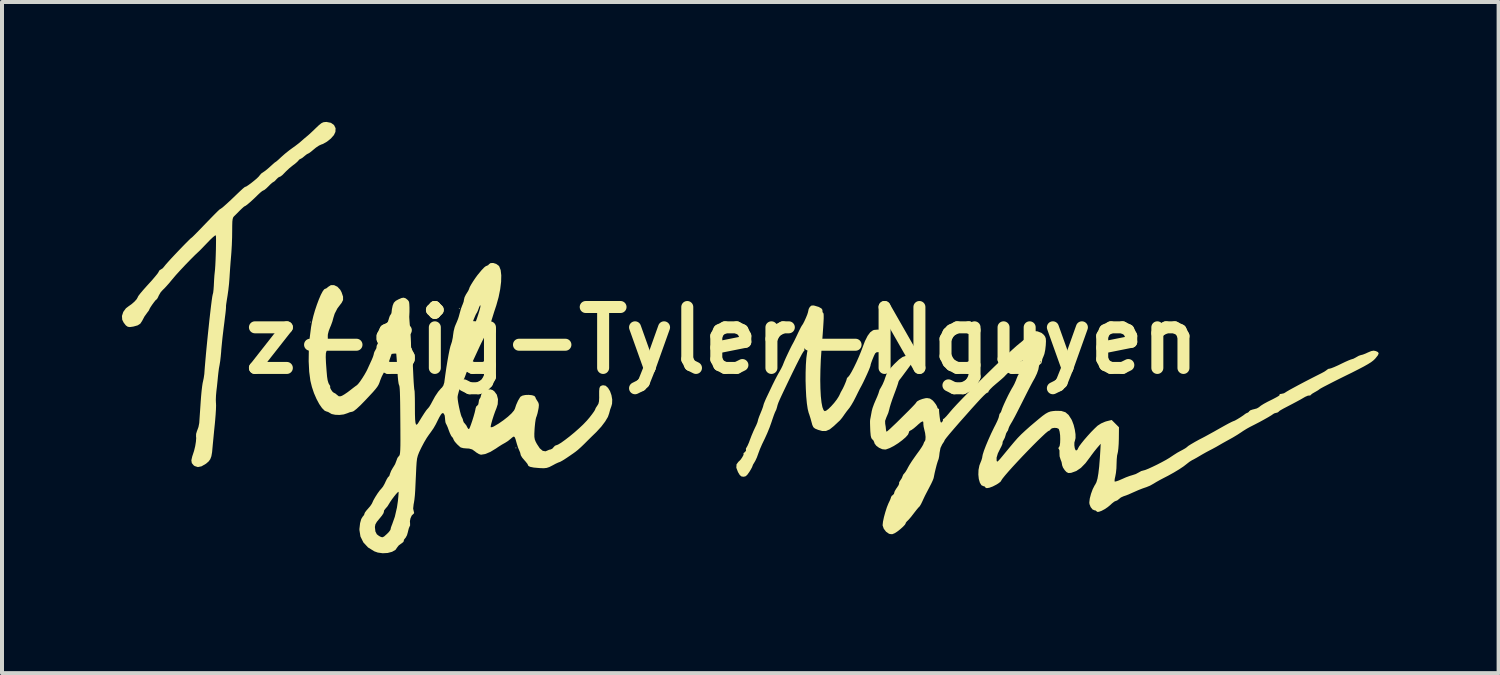
<source format=kicad_pcb>
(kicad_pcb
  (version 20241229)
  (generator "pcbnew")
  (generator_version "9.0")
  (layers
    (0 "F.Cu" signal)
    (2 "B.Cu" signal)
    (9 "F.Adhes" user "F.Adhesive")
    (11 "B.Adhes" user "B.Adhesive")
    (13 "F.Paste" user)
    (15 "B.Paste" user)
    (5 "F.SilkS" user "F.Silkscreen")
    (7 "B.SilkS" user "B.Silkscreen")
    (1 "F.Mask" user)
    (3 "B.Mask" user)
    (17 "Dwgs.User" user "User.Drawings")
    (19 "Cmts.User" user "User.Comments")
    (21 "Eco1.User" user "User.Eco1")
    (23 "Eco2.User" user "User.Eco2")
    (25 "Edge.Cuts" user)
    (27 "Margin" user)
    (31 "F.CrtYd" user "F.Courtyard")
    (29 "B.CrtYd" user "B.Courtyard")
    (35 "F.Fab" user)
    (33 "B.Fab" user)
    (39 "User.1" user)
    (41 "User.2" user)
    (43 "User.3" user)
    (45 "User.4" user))
  (footprint "z-sig-Tyler-Nguyen"
    (layer "F.Cu")
    (at 15.01 5.463)
    (property "Reference" "z-sig-Tyler-Nguyen" (at 0 0 0) (layer "F.SilkS") (effects (font (size 1.524 1.524) (thickness 0.3))))
    (attr board_only exclude_from_pos_files exclude_from_bom)
    (fp_poly (pts (xy -10.286 -0.459) (xy -10.299 -0.446) (xy -10.312 -0.459) (xy -10.299 -0.472)) (stroke (width 0) (type solid)) (fill yes) (layer "F.SilkS"))
    (fp_poly (pts (xy -6.56 -0.8) (xy -6.573 -0.787) (xy -6.586 -0.8) (xy -6.573 -0.813)) (stroke (width 0) (type solid)) (fill yes) (layer "F.SilkS"))
    (fp_poly (pts (xy -5.143 2.69) (xy -5.156 2.703) (xy -5.169 2.69) (xy -5.156 2.676)) (stroke (width 0) (type solid)) (fill yes) (layer "F.SilkS"))
    (fp_poly (pts (xy 2.316 -0.867) (xy 2.418 -0.836) (xy 2.485 -0.798) (xy 2.511 -0.759) (xy 2.509 -0.747) (xy 2.513 -0.704) (xy 2.524 -0.692) (xy 2.533 -0.681) (xy 2.539 -0.656) (xy 2.541 -0.613) (xy 2.541 -0.546) (xy 2.536 -0.451) (xy 2.528 -0.321) (xy 2.516 -0.153) (xy 2.5 0.059) (xy 2.488 0.21) (xy 2.469 0.483) (xy 2.459 0.744) (xy 2.455 0.986) (xy 2.459 1.204) (xy 2.469 1.394) (xy 2.486 1.551) (xy 2.509 1.67) (xy 2.538 1.745) (xy 2.564 1.77) (xy 2.602 1.759) (xy 2.66 1.715) (xy 2.73 1.646) (xy 2.803 1.564) (xy 2.87 1.477) (xy 2.921 1.396) (xy 2.938 1.362) (xy 2.968 1.297) (xy 2.989 1.26) (xy 3.021 1.202) (xy 3.056 1.128) (xy 3.088 1.052) (xy 3.111 0.991) (xy 3.118 0.96) (xy 3.118 0.96) (xy 3.129 0.936) (xy 3.154 0.913) (xy 3.189 0.87) (xy 3.238 0.788) (xy 3.296 0.678) (xy 3.358 0.55) (xy 3.419 0.414) (xy 3.474 0.28) (xy 3.505 0.197) (xy 3.573 0.018) (xy 3.639 -0.113) (xy 3.704 -0.201) (xy 3.772 -0.251) (xy 3.8 -0.261) (xy 3.907 -0.271) (xy 3.993 -0.233) (xy 4.058 -0.153) (xy 4.098 -0.051) (xy 4.106 0.055) (xy 4.087 0.154) (xy 4.044 0.234) (xy 3.981 0.284) (xy 3.918 0.294) (xy 3.864 0.297) (xy 3.829 0.325) (xy 3.798 0.387) (xy 3.755 0.491) (xy 3.73 0.559) (xy 3.716 0.604) (xy 3.712 0.63) (xy 3.699 0.671) (xy 3.669 0.746) (xy 3.627 0.842) (xy 3.579 0.946) (xy 3.532 1.045) (xy 3.491 1.126) (xy 3.475 1.155) (xy 3.446 1.209) (xy 3.402 1.295) (xy 3.353 1.395) (xy 3.342 1.417) (xy 3.288 1.522) (xy 3.232 1.618) (xy 3.185 1.689) (xy 3.178 1.697) (xy 3.116 1.775) (xy 3.053 1.862) (xy 3.044 1.876) (xy 2.996 1.942) (xy 2.954 1.993) (xy 2.945 2.003) (xy 2.908 2.037) (xy 2.848 2.093) (xy 2.795 2.143) (xy 2.692 2.226) (xy 2.599 2.266) (xy 2.501 2.266) (xy 2.401 2.238) (xy 2.324 2.206) (xy 2.282 2.171) (xy 2.256 2.115) (xy 2.241 2.06) (xy 2.212 1.954) (xy 2.178 1.846) (xy 2.166 1.815) (xy 2.141 1.715) (xy 2.12 1.574) (xy 2.104 1.402) (xy 2.094 1.209) (xy 2.088 1.006) (xy 2.089 0.803) (xy 2.095 0.612) (xy 2.107 0.442) (xy 2.126 0.304) (xy 2.136 0.255) (xy 2.156 0.163) (xy 2.166 0.089) (xy 2.163 0.05) (xy 2.163 0.05) (xy 2.142 0.049) (xy 2.111 0.082) (xy 2.08 0.133) (xy 2.059 0.186) (xy 2.057 0.226) (xy 2.057 0.226) (xy 2.059 0.258) (xy 2.051 0.262) (xy 2.032 0.284) (xy 1.993 0.349) (xy 1.935 0.459) (xy 1.856 0.615) (xy 1.757 0.816) (xy 1.637 1.065) (xy 1.607 1.128) (xy 1.532 1.285) (xy 1.477 1.402) (xy 1.438 1.488) (xy 1.411 1.55) (xy 1.394 1.597) (xy 1.382 1.636) (xy 1.375 1.666) (xy 1.355 1.732) (xy 1.335 1.773) (xy 1.318 1.81) (xy 1.29 1.884) (xy 1.256 1.982) (xy 1.238 2.037) (xy 1.189 2.175) (xy 1.127 2.327) (xy 1.066 2.461) (xy 1.056 2.481) (xy 1 2.597) (xy 0.948 2.716) (xy 0.91 2.817) (xy 0.904 2.834) (xy 0.87 2.928) (xy 0.831 3.012) (xy 0.81 3.048) (xy 0.776 3.103) (xy 0.761 3.14) (xy 0.761 3.141) (xy 0.748 3.175) (xy 0.714 3.237) (xy 0.683 3.288) (xy 0.629 3.363) (xy 0.584 3.401) (xy 0.534 3.411) (xy 0.532 3.411) (xy 0.481 3.402) (xy 0.441 3.366) (xy 0.398 3.295) (xy 0.356 3.186) (xy 0.361 3.099) (xy 0.413 3.031) (xy 0.424 3.023) (xy 0.461 2.986) (xy 0.498 2.933) (xy 0.528 2.881) (xy 0.54 2.843) (xy 0.534 2.834) (xy 0.537 2.821) (xy 0.566 2.797) (xy 0.597 2.762) (xy 0.597 2.74) (xy 0.595 2.707) (xy 0.611 2.679) (xy 0.638 2.631) (xy 0.672 2.554) (xy 0.694 2.493) (xy 0.735 2.385) (xy 0.786 2.265) (xy 0.817 2.198) (xy 0.857 2.115) (xy 0.884 2.048) (xy 0.893 2.015) (xy 0.903 1.974) (xy 0.928 1.902) (xy 0.96 1.824) (xy 0.996 1.736) (xy 1.022 1.664) (xy 1.032 1.627) (xy 1.045 1.582) (xy 1.075 1.509) (xy 1.098 1.456) (xy 1.189 1.265) (xy 1.261 1.113) (xy 1.32 0.994) (xy 1.37 0.898) (xy 1.414 0.817) (xy 1.432 0.787) (xy 1.48 0.7) (xy 1.518 0.621) (xy 1.535 0.577) (xy 1.556 0.525) (xy 1.593 0.44) (xy 1.641 0.337) (xy 1.692 0.23) (xy 1.74 0.134) (xy 1.777 0.066) (xy 1.803 0.017) (xy 1.842 -0.063) (xy 1.888 -0.159) (xy 1.893 -0.171) (xy 1.936 -0.26) (xy 1.971 -0.329) (xy 1.992 -0.365) (xy 1.993 -0.367) (xy 2.021 -0.408) (xy 2.058 -0.479) (xy 2.097 -0.565) (xy 2.13 -0.646) (xy 2.149 -0.707) (xy 2.152 -0.723) (xy 2.166 -0.785) (xy 2.191 -0.831) (xy 2.228 -0.868) (xy 2.279 -0.874)) (stroke (width 0) (type solid)) (fill yes) (layer "F.SilkS"))
    (fp_poly (pts (xy -9.783 -5.441) (xy -9.706 -5.386) (xy -9.667 -5.307) (xy -9.671 -5.214) (xy -9.709 -5.134) (xy -9.785 -5.048) (xy -9.882 -4.97) (xy -9.982 -4.913) (xy -10.026 -4.898) (xy -10.082 -4.872) (xy -10.157 -4.822) (xy -10.213 -4.776) (xy -10.28 -4.72) (xy -10.333 -4.682) (xy -10.356 -4.671) (xy -10.388 -4.654) (xy -10.439 -4.614) (xy -10.449 -4.605) (xy -10.502 -4.562) (xy -10.542 -4.54) (xy -10.546 -4.539) (xy -10.58 -4.519) (xy -10.593 -4.501) (xy -10.626 -4.465) (xy -10.686 -4.413) (xy -10.735 -4.377) (xy -10.823 -4.306) (xy -10.908 -4.226) (xy -10.941 -4.192) (xy -10.997 -4.135) (xy -11.044 -4.099) (xy -11.061 -4.093) (xy -11.1 -4.074) (xy -11.147 -4.029) (xy -11.147 -4.028) (xy -11.19 -3.982) (xy -11.221 -3.962) (xy -11.221 -3.962) (xy -11.25 -3.944) (xy -11.301 -3.899) (xy -11.342 -3.857) (xy -11.402 -3.799) (xy -11.45 -3.761) (xy -11.469 -3.752) (xy -11.502 -3.735) (xy -11.557 -3.69) (xy -11.609 -3.641) (xy -11.711 -3.542) (xy -11.802 -3.459) (xy -11.875 -3.397) (xy -11.922 -3.363) (xy -11.934 -3.359) (xy -11.962 -3.341) (xy -12.012 -3.296) (xy -12.058 -3.252) (xy -12.125 -3.184) (xy -12.183 -3.126) (xy -12.208 -3.102) (xy -12.228 -3.076) (xy -12.241 -3.035) (xy -12.249 -2.971) (xy -12.252 -2.872) (xy -12.253 -2.743) (xy -12.255 -2.575) (xy -12.262 -2.385) (xy -12.273 -2.201) (xy -12.28 -2.112) (xy -12.293 -1.959) (xy -12.305 -1.797) (xy -12.315 -1.649) (xy -12.32 -1.566) (xy -12.331 -1.422) (xy -12.349 -1.26) (xy -12.37 -1.113) (xy -12.372 -1.102) (xy -12.389 -0.996) (xy -12.402 -0.91) (xy -12.408 -0.858) (xy -12.407 -0.848) (xy -12.408 -0.812) (xy -12.414 -0.741) (xy -12.422 -0.669) (xy -12.434 -0.575) (xy -12.449 -0.448) (xy -12.467 -0.308) (xy -12.477 -0.223) (xy -12.495 -0.075) (xy -12.511 0.084) (xy -12.525 0.227) (xy -12.529 0.289) (xy -12.54 0.407) (xy -12.553 0.52) (xy -12.567 0.606) (xy -12.569 0.618) (xy -12.585 0.704) (xy -12.599 0.813) (xy -12.608 0.894) (xy -12.619 1.009) (xy -12.633 1.145) (xy -12.648 1.27) (xy -12.658 1.383) (xy -12.662 1.488) (xy -12.659 1.566) (xy -12.658 1.571) (xy -12.656 1.63) (xy -12.659 1.728) (xy -12.667 1.857) (xy -12.679 2.004) (xy -12.688 2.099) (xy -12.704 2.254) (xy -12.718 2.4) (xy -12.73 2.525) (xy -12.739 2.617) (xy -12.742 2.65) (xy -12.755 2.794) (xy -12.773 2.897) (xy -12.801 2.972) (xy -12.842 3.028) (xy -12.901 3.079) (xy -12.91 3.086) (xy -13.02 3.15) (xy -13.111 3.169) (xy -13.192 3.143) (xy -13.218 3.124) (xy -13.263 3.069) (xy -13.274 2.999) (xy -13.252 2.902) (xy -13.24 2.867) (xy -13.206 2.762) (xy -13.178 2.646) (xy -13.16 2.534) (xy -13.153 2.443) (xy -13.157 2.402) (xy -13.155 2.338) (xy -13.132 2.262) (xy -13.128 2.254) (xy -13.096 2.166) (xy -13.077 2.069) (xy -13.076 2.06) (xy -13.072 1.997) (xy -13.065 1.893) (xy -13.056 1.762) (xy -13.046 1.616) (xy -13.042 1.554) (xy -13.031 1.405) (xy -13.018 1.265) (xy -13.004 1.147) (xy -12.991 1.063) (xy -12.986 1.043) (xy -12.965 0.943) (xy -12.95 0.842) (xy -12.949 0.827) (xy -12.938 0.677) (xy -12.923 0.502) (xy -12.906 0.309) (xy -12.886 0.103) (xy -12.865 -0.107) (xy -12.843 -0.316) (xy -12.822 -0.516) (xy -12.801 -0.7) (xy -12.782 -0.863) (xy -12.765 -0.996) (xy -12.751 -1.094) (xy -12.74 -1.149) (xy -12.737 -1.158) (xy -12.728 -1.196) (xy -12.719 -1.273) (xy -12.712 -1.372) (xy -12.711 -1.4) (xy -12.705 -1.515) (xy -12.698 -1.621) (xy -12.69 -1.698) (xy -12.689 -1.706) (xy -12.682 -1.774) (xy -12.675 -1.875) (xy -12.669 -1.999) (xy -12.664 -2.135) (xy -12.66 -2.273) (xy -12.658 -2.401) (xy -12.657 -2.51) (xy -12.658 -2.588) (xy -12.662 -2.626) (xy -12.663 -2.627) (xy -12.685 -2.62) (xy -12.735 -2.58) (xy -12.804 -2.515) (xy -12.857 -2.46) (xy -12.939 -2.375) (xy -13.011 -2.3) (xy -13.063 -2.247) (xy -13.081 -2.23) (xy -13.179 -2.138) (xy -13.297 -2.02) (xy -13.424 -1.889) (xy -13.549 -1.756) (xy -13.66 -1.634) (xy -13.745 -1.534) (xy -13.755 -1.522) (xy -13.832 -1.429) (xy -13.906 -1.346) (xy -13.964 -1.285) (xy -13.982 -1.269) (xy -14.04 -1.205) (xy -14.087 -1.125) (xy -14.09 -1.118) (xy -14.118 -1.058) (xy -14.142 -1.025) (xy -14.146 -1.023) (xy -14.169 -1.004) (xy -14.209 -0.954) (xy -14.255 -0.891) (xy -14.297 -0.828) (xy -14.323 -0.781) (xy -14.327 -0.768) (xy -14.343 -0.738) (xy -14.37 -0.704) (xy -14.447 -0.597) (xy -14.507 -0.484) (xy -14.551 -0.418) (xy -14.618 -0.375) (xy -14.722 -0.346) (xy -14.732 -0.344) (xy -14.812 -0.333) (xy -14.863 -0.34) (xy -14.905 -0.368) (xy -14.915 -0.377) (xy -14.967 -0.444) (xy -15.003 -0.516) (xy -15.01 -0.611) (xy -14.977 -0.712) (xy -14.911 -0.802) (xy -14.85 -0.849) (xy -14.772 -0.904) (xy -14.699 -0.967) (xy -14.643 -1.029) (xy -14.616 -1.076) (xy -14.615 -1.082) (xy -14.598 -1.113) (xy -14.552 -1.173) (xy -14.481 -1.257) (xy -14.394 -1.355) (xy -14.353 -1.4) (xy -14.26 -1.502) (xy -14.182 -1.594) (xy -14.124 -1.665) (xy -14.094 -1.71) (xy -14.091 -1.719) (xy -14.069 -1.755) (xy -14.04 -1.771) (xy -13.991 -1.803) (xy -13.943 -1.86) (xy -13.942 -1.862) (xy -13.913 -1.898) (xy -13.857 -1.961) (xy -13.781 -2.045) (xy -13.691 -2.141) (xy -13.595 -2.242) (xy -13.5 -2.341) (xy -13.412 -2.431) (xy -13.339 -2.504) (xy -13.287 -2.554) (xy -13.264 -2.571) (xy -13.244 -2.589) (xy -13.195 -2.637) (xy -13.127 -2.706) (xy -13.076 -2.758) (xy -12.917 -2.923) (xy -12.791 -3.053) (xy -12.695 -3.151) (xy -12.627 -3.219) (xy -12.583 -3.261) (xy -12.562 -3.279) (xy -12.559 -3.28) (xy -12.53 -3.298) (xy -12.469 -3.346) (xy -12.385 -3.421) (xy -12.282 -3.516) (xy -12.168 -3.625) (xy -12.143 -3.649) (xy -12.059 -3.729) (xy -11.991 -3.792) (xy -11.945 -3.83) (xy -11.93 -3.839) (xy -11.904 -3.847) (xy -11.851 -3.881) (xy -11.781 -3.932) (xy -11.707 -3.991) (xy -11.639 -4.048) (xy -11.59 -4.096) (xy -11.573 -4.118) (xy -11.527 -4.172) (xy -11.481 -4.204) (xy -11.428 -4.24) (xy -11.356 -4.299) (xy -11.3 -4.349) (xy -11.236 -4.407) (xy -11.189 -4.448) (xy -11.169 -4.461) (xy -11.146 -4.477) (xy -11.095 -4.521) (xy -11.03 -4.582) (xy -10.934 -4.667) (xy -10.824 -4.755) (xy -10.758 -4.803) (xy -10.668 -4.868) (xy -10.582 -4.934) (xy -10.532 -4.977) (xy -10.463 -5.038) (xy -10.397 -5.093) (xy -10.388 -5.1) (xy -10.34 -5.141) (xy -10.268 -5.207) (xy -10.186 -5.285) (xy -10.164 -5.307) (xy -10.082 -5.384) (xy -10.023 -5.431) (xy -9.975 -5.455) (xy -9.923 -5.462) (xy -9.892 -5.463)) (stroke (width 0) (type solid)) (fill yes) (layer "F.SilkS"))
    (fp_poly (pts (xy -5.649 -1.912) (xy -5.588 -1.868) (xy -5.573 -1.849) (xy -5.538 -1.758) (xy -5.523 -1.627) (xy -5.527 -1.464) (xy -5.55 -1.279) (xy -5.59 -1.08) (xy -5.647 -0.876) (xy -5.658 -0.843) (xy -5.701 -0.713) (xy -5.74 -0.587) (xy -5.773 -0.481) (xy -5.787 -0.429) (xy -5.823 -0.326) (xy -5.873 -0.214) (xy -5.901 -0.162) (xy -5.937 -0.1) (xy -5.972 -0.034) (xy -6.012 0.045) (xy -6.061 0.146) (xy -6.121 0.276) (xy -6.198 0.442) (xy -6.233 0.518) (xy -6.279 0.614) (xy -6.318 0.687) (xy -6.345 0.729) (xy -6.352 0.735) (xy -6.371 0.757) (xy -6.397 0.816) (xy -6.415 0.866) (xy -6.444 0.942) (xy -6.47 0.996) (xy -6.481 1.01) (xy -6.502 1.042) (xy -6.53 1.11) (xy -6.56 1.197) (xy -6.588 1.289) (xy -6.609 1.37) (xy -6.616 1.417) (xy -6.612 1.477) (xy -6.599 1.566) (xy -6.579 1.67) (xy -6.556 1.772) (xy -6.533 1.859) (xy -6.513 1.916) (xy -6.505 1.927) (xy -6.484 1.974) (xy -6.481 1.996) (xy -6.462 2.049) (xy -6.439 2.075) (xy -6.397 2.127) (xy -6.373 2.175) (xy -6.348 2.214) (xy -6.327 2.215) (xy -6.308 2.177) (xy -6.28 2.102) (xy -6.247 2.006) (xy -6.215 1.903) (xy -6.188 1.807) (xy -6.171 1.734) (xy -6.166 1.703) (xy -6.149 1.653) (xy -6.127 1.636) (xy -6.098 1.601) (xy -6.088 1.547) (xy -6.079 1.487) (xy -6.061 1.456) (xy -6.039 1.419) (xy -6.035 1.394) (xy -6.011 1.317) (xy -5.942 1.26) (xy -5.869 1.234) (xy -5.796 1.225) (xy -5.741 1.242) (xy -5.696 1.275) (xy -5.634 1.359) (xy -5.605 1.471) (xy -5.612 1.597) (xy -5.642 1.692) (xy -5.678 1.783) (xy -5.714 1.886) (xy -5.747 1.989) (xy -5.772 2.079) (xy -5.787 2.145) (xy -5.787 2.172) (xy -5.756 2.172) (xy -5.714 2.155) (xy -5.59 2.082) (xy -5.469 1.998) (xy -5.357 1.91) (xy -5.266 1.826) (xy -5.205 1.754) (xy -5.183 1.712) (xy -5.15 1.612) (xy -5.104 1.509) (xy -5.055 1.427) (xy -5.043 1.41) (xy -4.995 1.382) (xy -4.921 1.366) (xy -4.836 1.363) (xy -4.756 1.371) (xy -4.696 1.39) (xy -4.671 1.419) (xy -4.671 1.421) (xy -4.657 1.457) (xy -4.623 1.513) (xy -4.62 1.516) (xy -4.592 1.565) (xy -4.582 1.615) (xy -4.588 1.686) (xy -4.597 1.732) (xy -4.616 1.822) (xy -4.638 1.896) (xy -4.65 1.925) (xy -4.662 1.973) (xy -4.675 2.058) (xy -4.686 2.165) (xy -4.69 2.217) (xy -4.696 2.334) (xy -4.695 2.415) (xy -4.685 2.476) (xy -4.663 2.533) (xy -4.632 2.591) (xy -4.56 2.7) (xy -4.487 2.762) (xy -4.417 2.775) (xy -4.381 2.76) (xy -4.323 2.735) (xy -4.291 2.729) (xy -4.247 2.709) (xy -4.218 2.676) (xy -4.18 2.635) (xy -4.151 2.624) (xy -4.104 2.607) (xy -4.026 2.56) (xy -3.927 2.489) (xy -3.814 2.402) (xy -3.695 2.304) (xy -3.579 2.202) (xy -3.474 2.103) (xy -3.387 2.012) (xy -3.382 2.007) (xy -3.315 1.928) (xy -3.253 1.848) (xy -3.204 1.78) (xy -3.177 1.735) (xy -3.175 1.727) (xy -3.16 1.69) (xy -3.124 1.636) (xy -3.123 1.635) (xy -3.094 1.587) (xy -3.079 1.525) (xy -3.074 1.434) (xy -3.075 1.379) (xy -3.075 1.266) (xy -3.068 1.194) (xy -3.049 1.152) (xy -3.013 1.131) (xy -2.977 1.122) (xy -2.913 1.134) (xy -2.854 1.187) (xy -2.803 1.27) (xy -2.767 1.371) (xy -2.748 1.48) (xy -2.752 1.584) (xy -2.769 1.646) (xy -2.8 1.732) (xy -2.822 1.815) (xy -2.823 1.821) (xy -2.856 1.915) (xy -2.925 2.03) (xy -3.021 2.157) (xy -3.137 2.284) (xy -3.162 2.309) (xy -3.259 2.403) (xy -3.364 2.507) (xy -3.447 2.59) (xy -3.529 2.669) (xy -3.612 2.743) (xy -3.674 2.792) (xy -3.795 2.877) (xy -3.903 2.95) (xy -3.99 3.005) (xy -4.048 3.037) (xy -4.066 3.044) (xy -4.1 3.056) (xy -4.165 3.086) (xy -4.237 3.125) (xy -4.321 3.168) (xy -4.388 3.19) (xy -4.461 3.198) (xy -4.561 3.194) (xy -4.574 3.193) (xy -4.71 3.181) (xy -4.799 3.163) (xy -4.845 3.14) (xy -4.854 3.118) (xy -4.871 3.086) (xy -4.914 3.032) (xy -4.946 2.996) (xy -4.999 2.933) (xy -5.032 2.879) (xy -5.038 2.86) (xy -5.05 2.808) (xy -5.072 2.755) (xy -5.1 2.691) (xy -5.129 2.602) (xy -5.142 2.558) (xy -5.168 2.465) (xy -5.19 2.416) (xy -5.214 2.406) (xy -5.25 2.429) (xy -5.284 2.459) (xy -5.357 2.518) (xy -5.433 2.566) (xy -5.445 2.572) (xy -5.51 2.609) (xy -5.595 2.663) (xy -5.655 2.704) (xy -5.795 2.789) (xy -5.926 2.843) (xy -6.03 2.86) (xy -6.083 2.843) (xy -6.151 2.801) (xy -6.175 2.781) (xy -6.25 2.728) (xy -6.327 2.706) (xy -6.387 2.703) (xy -6.47 2.696) (xy -6.534 2.679) (xy -6.549 2.67) (xy -6.625 2.601) (xy -6.683 2.536) (xy -6.715 2.486) (xy -6.717 2.475) (xy -6.737 2.433) (xy -6.75 2.422) (xy -6.776 2.387) (xy -6.809 2.319) (xy -6.833 2.257) (xy -6.863 2.174) (xy -6.891 2.111) (xy -6.905 2.087) (xy -6.92 2.046) (xy -6.928 1.978) (xy -6.928 1.969) (xy -6.937 1.882) (xy -6.961 1.829) (xy -6.996 1.819) (xy -7.004 1.823) (xy -7.032 1.855) (xy -7.071 1.92) (xy -7.1 1.977) (xy -7.161 2.1) (xy -7.217 2.197) (xy -7.282 2.291) (xy -7.334 2.362) (xy -7.388 2.441) (xy -7.452 2.549) (xy -7.514 2.666) (xy -7.53 2.698) (xy -7.578 2.799) (xy -7.609 2.879) (xy -7.629 2.956) (xy -7.64 3.047) (xy -7.648 3.167) (xy -7.65 3.21) (xy -7.657 3.363) (xy -7.665 3.529) (xy -7.672 3.682) (xy -7.675 3.746) (xy -7.683 3.868) (xy -7.695 3.982) (xy -7.709 4.07) (xy -7.714 4.092) (xy -7.727 4.206) (xy -7.715 4.262) (xy -7.702 4.317) (xy -7.72 4.343) (xy -7.727 4.346) (xy -7.763 4.382) (xy -7.793 4.448) (xy -7.808 4.521) (xy -7.804 4.575) (xy -7.803 4.629) (xy -7.814 4.651) (xy -7.834 4.697) (xy -7.853 4.769) (xy -7.858 4.793) (xy -7.881 4.873) (xy -7.916 4.937) (xy -7.926 4.947) (xy -7.958 4.989) (xy -7.961 5.016) (xy -7.972 5.042) (xy -8.017 5.078) (xy -8.028 5.084) (xy -8.086 5.127) (xy -8.121 5.171) (xy -8.123 5.174) (xy -8.169 5.24) (xy -8.254 5.288) (xy -8.364 5.317) (xy -8.487 5.324) (xy -8.611 5.307) (xy -8.698 5.276) (xy -8.855 5.179) (xy -8.972 5.053) (xy -9.045 4.905) (xy -9.071 4.741) (xy -9.07 4.705) (xy -9.066 4.675) (xy -8.683 4.675) (xy -8.671 4.78) (xy -8.635 4.85) (xy -8.58 4.892) (xy -8.527 4.919) (xy -8.491 4.924) (xy -8.452 4.904) (xy -8.394 4.852) (xy -8.387 4.846) (xy -8.331 4.789) (xy -8.297 4.741) (xy -8.292 4.725) (xy -8.282 4.679) (xy -8.258 4.614) (xy -8.255 4.609) (xy -8.185 4.411) (xy -8.132 4.18) (xy -8.108 4.016) (xy -8.098 3.915) (xy -8.092 3.836) (xy -8.091 3.791) (xy -8.092 3.786) (xy -8.112 3.798) (xy -8.153 3.842) (xy -8.205 3.906) (xy -8.258 3.977) (xy -8.303 4.043) (xy -8.325 4.08) (xy -8.37 4.152) (xy -8.418 4.207) (xy -8.454 4.254) (xy -8.459 4.288) (xy -8.469 4.323) (xy -8.508 4.383) (xy -8.566 4.454) (xy -8.566 4.454) (xy -8.635 4.538) (xy -8.672 4.603) (xy -8.683 4.664) (xy -8.683 4.675) (xy -9.066 4.675) (xy -9.054 4.571) (xy -9.025 4.468) (xy -8.986 4.404) (xy -8.976 4.396) (xy -8.95 4.357) (xy -8.948 4.342) (xy -8.931 4.302) (xy -8.887 4.244) (xy -8.857 4.211) (xy -8.8 4.145) (xy -8.759 4.083) (xy -8.749 4.062) (xy -8.721 4) (xy -8.673 3.916) (xy -8.616 3.827) (xy -8.56 3.75) (xy -8.517 3.702) (xy -8.516 3.701) (xy -8.481 3.657) (xy -8.44 3.584) (xy -8.419 3.538) (xy -8.384 3.467) (xy -8.355 3.421) (xy -8.343 3.411) (xy -8.323 3.389) (xy -8.306 3.336) (xy -8.278 3.264) (xy -8.234 3.186) (xy -8.226 3.175) (xy -8.179 3.097) (xy -8.148 3.017) (xy -8.145 3.008) (xy -8.12 2.94) (xy -8.085 2.895) (xy -8.071 2.88) (xy -8.061 2.853) (xy -8.054 2.806) (xy -8.049 2.735) (xy -8.046 2.633) (xy -8.045 2.492) (xy -8.046 2.308) (xy -8.046 2.239) (xy -8.048 1.965) (xy -8.05 1.739) (xy -8.052 1.556) (xy -8.055 1.412) (xy -8.058 1.303) (xy -8.062 1.223) (xy -8.067 1.168) (xy -8.073 1.134) (xy -8.08 1.117) (xy -8.081 1.115) (xy -8.091 1.08) (xy -8.102 1.004) (xy -8.112 0.898) (xy -8.119 0.787) (xy -8.13 0.592) (xy -8.14 0.444) (xy -8.149 0.338) (xy -8.158 0.268) (xy -8.166 0.228) (xy -8.172 0.216) (xy -8.198 0.22) (xy -8.232 0.267) (xy -8.27 0.35) (xy -8.304 0.449) (xy -8.334 0.536) (xy -8.366 0.604) (xy -8.386 0.632) (xy -8.418 0.68) (xy -8.423 0.705) (xy -8.436 0.756) (xy -8.468 0.821) (xy -8.472 0.827) (xy -8.513 0.907) (xy -8.55 0.999) (xy -8.554 1.011) (xy -8.573 1.066) (xy -8.594 1.113) (xy -8.624 1.162) (xy -8.667 1.218) (xy -8.73 1.291) (xy -8.818 1.386) (xy -8.927 1.502) (xy -9.046 1.624) (xy -9.142 1.713) (xy -9.212 1.768) (xy -9.248 1.784) (xy -9.31 1.797) (xy -9.375 1.823) (xy -9.463 1.852) (xy -9.569 1.865) (xy -9.676 1.861) (xy -9.765 1.842) (xy -9.809 1.817) (xy -9.858 1.788) (xy -9.88 1.784) (xy -9.939 1.76) (xy -10.006 1.693) (xy -10.076 1.592) (xy -10.144 1.465) (xy -10.207 1.32) (xy -10.259 1.165) (xy -10.297 1.01) (xy -10.327 0.783) (xy -10.34 0.521) (xy -10.336 0.238) (xy -10.316 -0.052) (xy -10.28 -0.333) (xy -10.255 -0.472) (xy -10.223 -0.608) (xy -10.182 -0.751) (xy -10.134 -0.894) (xy -10.084 -1.027) (xy -10.035 -1.141) (xy -9.989 -1.227) (xy -9.952 -1.277) (xy -9.935 -1.286) (xy -9.893 -1.304) (xy -9.853 -1.338) (xy -9.784 -1.382) (xy -9.703 -1.381) (xy -9.622 -1.342) (xy -9.551 -1.267) (xy -9.517 -1.204) (xy -9.48 -1.094) (xy -9.48 -1.009) (xy -9.517 -0.936) (xy -9.532 -0.918) (xy -9.622 -0.799) (xy -9.69 -0.667) (xy -9.724 -0.558) (xy -9.746 -0.475) (xy -9.782 -0.376) (xy -9.803 -0.327) (xy -9.838 -0.237) (xy -9.859 -0.154) (xy -9.862 -0.117) (xy -9.861 -0.004) (xy -9.867 0.108) (xy -9.877 0.203) (xy -9.891 0.267) (xy -9.899 0.281) (xy -9.91 0.327) (xy -9.913 0.422) (xy -9.907 0.565) (xy -9.893 0.755) (xy -9.88 0.904) (xy -9.866 0.996) (xy -9.844 1.07) (xy -9.826 1.103) (xy -9.801 1.142) (xy -9.803 1.161) (xy -9.801 1.191) (xy -9.776 1.239) (xy -9.742 1.286) (xy -9.71 1.311) (xy -9.706 1.312) (xy -9.672 1.329) (xy -9.63 1.364) (xy -9.585 1.399) (xy -9.539 1.397) (xy -9.506 1.385) (xy -9.447 1.351) (xy -9.367 1.297) (xy -9.296 1.243) (xy -9.223 1.186) (xy -9.166 1.143) (xy -9.138 1.124) (xy -9.106 1.094) (xy -9.057 1.032) (xy -9 0.948) (xy -8.943 0.857) (xy -8.894 0.77) (xy -8.873 0.728) (xy -8.827 0.627) (xy -8.779 0.522) (xy -8.764 0.49) (xy -8.733 0.415) (xy -8.714 0.355) (xy -8.712 0.339) (xy -8.697 0.289) (xy -8.671 0.242) (xy -8.645 0.192) (xy -8.643 0.162) (xy -8.637 0.13) (xy -8.608 0.071) (xy -8.582 0.029) (xy -8.534 -0.06) (xy -8.499 -0.153) (xy -8.491 -0.186) (xy -8.476 -0.251) (xy -8.459 -0.286) (xy -8.454 -0.289) (xy -8.431 -0.311) (xy -8.399 -0.369) (xy -8.366 -0.446) (xy -8.338 -0.528) (xy -8.33 -0.558) (xy -8.309 -0.616) (xy -8.289 -0.645) (xy -8.27 -0.68) (xy -8.265 -0.717) (xy -8.258 -0.78) (xy -8.241 -0.861) (xy -8.238 -0.873) (xy -8.21 -0.941) (xy -8.162 -0.989) (xy -8.092 -1.027) (xy -8.016 -1.06) (xy -7.965 -1.068) (xy -7.92 -1.054) (xy -7.91 -1.049) (xy -7.856 -1.005) (xy -7.83 -0.964) (xy -7.823 -0.91) (xy -7.819 -0.821) (xy -7.819 -0.713) (xy -7.824 -0.602) (xy -7.825 -0.59) (xy -7.823 -0.554) (xy -7.818 -0.479) (xy -7.81 -0.377) (xy -7.804 -0.315) (xy -7.794 -0.183) (xy -7.786 -0.049) (xy -7.781 0.063) (xy -7.781 0.092) (xy -7.778 0.18) (xy -7.771 0.248) (xy -7.764 0.276) (xy -7.757 0.309) (xy -7.75 0.386) (xy -7.742 0.498) (xy -7.734 0.635) (xy -7.728 0.761) (xy -7.721 0.912) (xy -7.714 1.044) (xy -7.706 1.15) (xy -7.7 1.219) (xy -7.695 1.243) (xy -7.69 1.276) (xy -7.687 1.352) (xy -7.684 1.46) (xy -7.683 1.592) (xy -7.683 1.664) (xy -7.682 1.843) (xy -7.678 1.974) (xy -7.669 2.059) (xy -7.656 2.103) (xy -7.636 2.109) (xy -7.61 2.081) (xy -7.603 2.07) (xy -7.516 1.928) (xy -7.451 1.826) (xy -7.404 1.757) (xy -7.371 1.716) (xy -7.358 1.703) (xy -7.325 1.663) (xy -7.282 1.592) (xy -7.253 1.537) (xy -7.179 1.401) (xy -7.1 1.283) (xy -7.026 1.197) (xy -7.007 1.181) (xy -6.972 1.13) (xy -6.948 1.054) (xy -6.946 1.036) (xy -6.922 0.858) (xy -6.896 0.68) (xy -6.868 0.51) (xy -6.841 0.358) (xy -6.816 0.233) (xy -6.794 0.144) (xy -6.782 0.109) (xy -6.757 0.032) (xy -6.736 -0.069) (xy -6.729 -0.127) (xy -6.714 -0.229) (xy -6.69 -0.326) (xy -6.685 -0.34) (xy -6.271 -0.34) (xy -6.259 -0.315) (xy -6.231 -0.328) (xy -6.2 -0.373) (xy -6.2 -0.374) (xy -6.169 -0.447) (xy -6.134 -0.542) (xy -6.1 -0.645) (xy -6.07 -0.743) (xy -6.049 -0.822) (xy -6.042 -0.869) (xy -6.042 -0.874) (xy -6.056 -0.872) (xy -6.077 -0.829) (xy -6.087 -0.8) (xy -6.113 -0.732) (xy -6.135 -0.688) (xy -6.14 -0.682) (xy -6.158 -0.652) (xy -6.186 -0.589) (xy -6.218 -0.51) (xy -6.246 -0.43) (xy -6.266 -0.366) (xy -6.271 -0.34) (xy -6.685 -0.34) (xy -6.675 -0.367) (xy -6.632 -0.467) (xy -6.604 -0.537) (xy -6.584 -0.599) (xy -6.565 -0.67) (xy -6.558 -0.695) (xy -6.532 -0.788) (xy -6.502 -0.87) (xy -6.49 -0.897) (xy -6.464 -0.968) (xy -6.455 -1.023) (xy -6.441 -1.079) (xy -6.405 -1.151) (xy -6.389 -1.175) (xy -6.349 -1.24) (xy -6.326 -1.29) (xy -6.324 -1.3) (xy -6.31 -1.336) (xy -6.274 -1.401) (xy -6.224 -1.481) (xy -6.168 -1.564) (xy -6.116 -1.635) (xy -6.114 -1.637) (xy -6.02 -1.751) (xy -5.951 -1.824) (xy -5.905 -1.859) (xy -5.889 -1.863) (xy -5.848 -1.883) (xy -5.83 -1.906) (xy -5.788 -1.934) (xy -5.721 -1.935)) (stroke (width 0) (type solid)) (fill yes) (layer "F.SilkS"))
    (fp_poly (pts (xy 7.879 -0.227) (xy 7.893 -0.224) (xy 7.991 -0.186) (xy 8.049 -0.136) (xy 8.079 -0.093) (xy 8.096 -0.046) (xy 8.1 0.022) (xy 8.095 0.125) (xy 8.082 0.238) (xy 8.061 0.339) (xy 8.038 0.4) (xy 8.009 0.468) (xy 7.999 0.523) (xy 7.999 0.528) (xy 7.984 0.573) (xy 7.965 0.586) (xy 7.93 0.623) (xy 7.924 0.649) (xy 7.91 0.727) (xy 7.874 0.829) (xy 7.824 0.935) (xy 7.804 0.971) (xy 7.77 1.031) (xy 7.72 1.125) (xy 7.661 1.239) (xy 7.604 1.351) (xy 7.507 1.544) (xy 7.43 1.696) (xy 7.37 1.814) (xy 7.324 1.903) (xy 7.287 1.971) (xy 7.258 2.024) (xy 7.232 2.068) (xy 7.225 2.079) (xy 7.187 2.147) (xy 7.165 2.2) (xy 7.163 2.211) (xy 7.146 2.26) (xy 7.132 2.277) (xy 7.103 2.328) (xy 7.092 2.367) (xy 7.071 2.434) (xy 7.043 2.488) (xy 7.017 2.537) (xy 7.015 2.563) (xy 7.011 2.591) (xy 6.986 2.65) (xy 6.962 2.696) (xy 6.897 2.827) (xy 6.865 2.933) (xy 6.866 3.005) (xy 6.867 3.008) (xy 6.872 3.023) (xy 6.879 3.031) (xy 6.891 3.028) (xy 6.913 3.008) (xy 6.951 2.967) (xy 7.007 2.9) (xy 7.088 2.802) (xy 7.198 2.669) (xy 7.206 2.659) (xy 7.306 2.54) (xy 7.394 2.44) (xy 7.482 2.35) (xy 7.582 2.257) (xy 7.704 2.148) (xy 7.783 2.081) (xy 7.914 1.971) (xy 8.013 1.89) (xy 8.09 1.835) (xy 8.155 1.799) (xy 8.214 1.778) (xy 8.278 1.768) (xy 8.346 1.762) (xy 8.483 1.765) (xy 8.586 1.797) (xy 8.666 1.865) (xy 8.737 1.976) (xy 8.754 2.011) (xy 8.793 2.115) (xy 8.822 2.233) (xy 8.839 2.347) (xy 8.84 2.443) (xy 8.826 2.502) (xy 8.811 2.555) (xy 8.81 2.626) (xy 8.82 2.695) (xy 8.839 2.743) (xy 8.856 2.755) (xy 8.888 2.733) (xy 8.905 2.696) (xy 8.929 2.652) (xy 8.982 2.58) (xy 9.055 2.489) (xy 9.141 2.39) (xy 9.23 2.292) (xy 9.316 2.205) (xy 9.388 2.137) (xy 9.394 2.132) (xy 9.478 2.078) (xy 9.579 2.034) (xy 9.615 2.023) (xy 9.744 1.991) (xy 9.926 2.173) (xy 9.923 2.462) (xy 9.919 2.587) (xy 9.911 2.699) (xy 9.901 2.783) (xy 9.893 2.82) (xy 9.879 2.881) (xy 9.87 2.974) (xy 9.866 3.081) (xy 9.866 3.084) (xy 9.862 3.201) (xy 9.85 3.315) (xy 9.835 3.397) (xy 9.819 3.47) (xy 9.816 3.52) (xy 9.819 3.531) (xy 9.849 3.528) (xy 9.913 3.507) (xy 9.997 3.471) (xy 10.002 3.469) (xy 10.101 3.425) (xy 10.196 3.39) (xy 10.26 3.371) (xy 10.346 3.343) (xy 10.421 3.303) (xy 10.484 3.268) (xy 10.536 3.254) (xy 10.581 3.242) (xy 10.661 3.21) (xy 10.764 3.163) (xy 10.88 3.107) (xy 10.996 3.047) (xy 11.103 2.989) (xy 11.188 2.938) (xy 11.204 2.927) (xy 11.307 2.859) (xy 11.386 2.809) (xy 11.462 2.767) (xy 11.519 2.737) (xy 11.582 2.701) (xy 11.624 2.671) (xy 11.628 2.667) (xy 11.661 2.639) (xy 11.731 2.595) (xy 11.825 2.54) (xy 11.932 2.481) (xy 12.018 2.437) (xy 12.086 2.401) (xy 12.186 2.346) (xy 12.306 2.28) (xy 12.433 2.208) (xy 12.449 2.199) (xy 12.565 2.134) (xy 12.666 2.079) (xy 12.743 2.04) (xy 12.785 2.021) (xy 12.79 2.02) (xy 12.825 2.006) (xy 12.887 1.971) (xy 12.962 1.925) (xy 13.035 1.876) (xy 13.086 1.837) (xy 13.129 1.813) (xy 13.142 1.811) (xy 13.172 1.79) (xy 13.18 1.775) (xy 13.213 1.748) (xy 13.277 1.727) (xy 13.298 1.723) (xy 13.374 1.702) (xy 13.43 1.67) (xy 13.437 1.663) (xy 13.478 1.631) (xy 13.55 1.586) (xy 13.64 1.537) (xy 13.644 1.535) (xy 13.773 1.471) (xy 13.862 1.424) (xy 13.915 1.393) (xy 13.941 1.372) (xy 13.944 1.359) (xy 13.942 1.355) (xy 13.95 1.342) (xy 13.986 1.338) (xy 14.053 1.323) (xy 14.089 1.301) (xy 14.125 1.278) (xy 14.199 1.235) (xy 14.304 1.178) (xy 14.43 1.11) (xy 14.57 1.036) (xy 14.715 0.961) (xy 14.858 0.888) (xy 14.987 0.823) (xy 15.06 0.784) (xy 15.112 0.749) (xy 15.127 0.736) (xy 15.164 0.712) (xy 15.191 0.708) (xy 15.233 0.697) (xy 15.31 0.667) (xy 15.409 0.623) (xy 15.476 0.59) (xy 15.58 0.54) (xy 15.668 0.501) (xy 15.729 0.477) (xy 15.748 0.472) (xy 15.792 0.458) (xy 15.854 0.425) (xy 15.862 0.42) (xy 15.925 0.385) (xy 15.976 0.368) (xy 15.98 0.367) (xy 16.025 0.356) (xy 16.097 0.328) (xy 16.148 0.304) (xy 16.234 0.268) (xy 16.296 0.257) (xy 16.352 0.268) (xy 16.405 0.294) (xy 16.421 0.328) (xy 16.399 0.377) (xy 16.339 0.452) (xy 16.328 0.464) (xy 16.287 0.503) (xy 16.231 0.546) (xy 16.154 0.594) (xy 16.052 0.652) (xy 15.916 0.723) (xy 15.743 0.811) (xy 15.606 0.878) (xy 15.438 0.961) (xy 15.285 1.038) (xy 15.153 1.106) (xy 15.048 1.16) (xy 14.978 1.198) (xy 14.95 1.215) (xy 14.907 1.247) (xy 14.839 1.287) (xy 14.819 1.298) (xy 14.758 1.334) (xy 14.724 1.363) (xy 14.72 1.37) (xy 14.701 1.381) (xy 14.688 1.378) (xy 14.647 1.384) (xy 14.583 1.412) (xy 14.55 1.431) (xy 14.471 1.477) (xy 14.368 1.533) (xy 14.274 1.583) (xy 14.14 1.653) (xy 14.046 1.702) (xy 13.984 1.737) (xy 13.946 1.76) (xy 13.926 1.777) (xy 13.919 1.786) (xy 13.883 1.808) (xy 13.862 1.811) (xy 13.807 1.827) (xy 13.778 1.846) (xy 13.736 1.875) (xy 13.658 1.922) (xy 13.557 1.979) (xy 13.444 2.041) (xy 13.33 2.1) (xy 13.228 2.152) (xy 13.212 2.16) (xy 13.128 2.206) (xy 13.031 2.266) (xy 12.984 2.298) (xy 12.889 2.36) (xy 12.778 2.427) (xy 12.708 2.466) (xy 12.608 2.521) (xy 12.508 2.577) (xy 12.451 2.61) (xy 12.363 2.661) (xy 12.26 2.717) (xy 12.215 2.74) (xy 12.111 2.795) (xy 11.999 2.858) (xy 11.952 2.886) (xy 11.867 2.936) (xy 11.791 2.978) (xy 11.755 2.996) (xy 11.689 3.037) (xy 11.621 3.09) (xy 11.621 3.09) (xy 11.544 3.15) (xy 11.432 3.225) (xy 11.299 3.305) (xy 11.157 3.384) (xy 11.052 3.438) (xy 10.951 3.491) (xy 10.855 3.545) (xy 10.793 3.583) (xy 10.702 3.634) (xy 10.604 3.674) (xy 10.59 3.678) (xy 10.512 3.705) (xy 10.408 3.746) (xy 10.302 3.793) (xy 10.299 3.794) (xy 10.2 3.838) (xy 10.111 3.875) (xy 10.049 3.896) (xy 10.045 3.897) (xy 9.974 3.929) (xy 9.93 3.965) (xy 9.882 4.003) (xy 9.848 4.015) (xy 9.81 4.032) (xy 9.752 4.077) (xy 9.717 4.11) (xy 9.647 4.169) (xy 9.567 4.223) (xy 9.487 4.265) (xy 9.421 4.288) (xy 9.38 4.289) (xy 9.373 4.281) (xy 9.342 4.255) (xy 9.316 4.251) (xy 9.264 4.228) (xy 9.218 4.17) (xy 9.188 4.094) (xy 9.184 4.052) (xy 9.196 3.955) (xy 9.227 3.837) (xy 9.27 3.72) (xy 9.318 3.626) (xy 9.332 3.606) (xy 9.362 3.548) (xy 9.389 3.456) (xy 9.411 3.328) (xy 9.431 3.158) (xy 9.448 2.943) (xy 9.459 2.769) (xy 9.469 2.586) (xy 9.379 2.69) (xy 9.307 2.779) (xy 9.234 2.876) (xy 9.213 2.906) (xy 9.09 3.07) (xy 8.974 3.189) (xy 8.859 3.267) (xy 8.737 3.311) (xy 8.721 3.314) (xy 8.661 3.318) (xy 8.614 3.294) (xy 8.57 3.247) (xy 8.526 3.181) (xy 8.503 3.119) (xy 8.502 3.107) (xy 8.49 3.042) (xy 8.465 2.978) (xy 8.441 2.9) (xy 8.438 2.82) (xy 8.438 2.755) (xy 8.422 2.716) (xy 8.42 2.714) (xy 8.407 2.691) (xy 8.424 2.676) (xy 8.443 2.638) (xy 8.454 2.565) (xy 8.457 2.471) (xy 8.454 2.372) (xy 8.442 2.285) (xy 8.424 2.225) (xy 8.416 2.212) (xy 8.371 2.192) (xy 8.309 2.188) (xy 8.25 2.199) (xy 8.216 2.223) (xy 8.213 2.232) (xy 8.192 2.255) (xy 8.18 2.257) (xy 8.147 2.276) (xy 8.084 2.328) (xy 7.998 2.409) (xy 7.892 2.511) (xy 7.773 2.63) (xy 7.646 2.76) (xy 7.516 2.895) (xy 7.389 3.03) (xy 7.27 3.159) (xy 7.165 3.276) (xy 7.078 3.377) (xy 7.016 3.454) (xy 6.983 3.502) (xy 6.98 3.513) (xy 6.959 3.539) (xy 6.906 3.579) (xy 6.863 3.606) (xy 6.77 3.654) (xy 6.686 3.685) (xy 6.621 3.696) (xy 6.588 3.685) (xy 6.586 3.677) (xy 6.564 3.652) (xy 6.537 3.647) (xy 6.486 3.623) (xy 6.447 3.559) (xy 6.42 3.466) (xy 6.409 3.356) (xy 6.413 3.24) (xy 6.435 3.129) (xy 6.456 3.074) (xy 6.487 2.996) (xy 6.505 2.934) (xy 6.507 2.916) (xy 6.519 2.855) (xy 6.55 2.757) (xy 6.598 2.631) (xy 6.659 2.486) (xy 6.728 2.332) (xy 6.802 2.179) (xy 6.841 2.104) (xy 6.884 2.014) (xy 6.915 1.937) (xy 6.927 1.889) (xy 6.927 1.889) (xy 6.938 1.84) (xy 6.951 1.825) (xy 6.975 1.791) (xy 6.99 1.748) (xy 7.011 1.688) (xy 7.05 1.596) (xy 7.101 1.486) (xy 7.156 1.372) (xy 7.21 1.269) (xy 7.254 1.189) (xy 7.268 1.168) (xy 7.309 1.092) (xy 7.35 0.999) (xy 7.361 0.968) (xy 7.395 0.885) (xy 7.435 0.815) (xy 7.449 0.796) (xy 7.474 0.754) (xy 7.498 0.687) (xy 7.517 0.613) (xy 7.528 0.547) (xy 7.528 0.538) (xy 7.951 0.538) (xy 7.964 0.551) (xy 7.977 0.538) (xy 7.964 0.525) (xy 7.951 0.538) (xy 7.528 0.538) (xy 7.527 0.505) (xy 7.52 0.499) (xy 7.494 0.515) (xy 7.439 0.559) (xy 7.365 0.621) (xy 7.283 0.693) (xy 7.201 0.766) (xy 7.131 0.832) (xy 7.081 0.882) (xy 7.069 0.896) (xy 7.036 0.928) (xy 6.974 0.983) (xy 6.893 1.052) (xy 6.852 1.086) (xy 6.77 1.157) (xy 6.706 1.22) (xy 6.67 1.264) (xy 6.665 1.276) (xy 6.653 1.305) (xy 6.644 1.305) (xy 6.626 1.311) (xy 6.592 1.336) (xy 6.539 1.386) (xy 6.465 1.462) (xy 6.366 1.57) (xy 6.238 1.711) (xy 6.127 1.837) (xy 5.944 2.043) (xy 5.798 2.211) (xy 5.687 2.341) (xy 5.611 2.434) (xy 5.57 2.489) (xy 5.563 2.505) (xy 5.549 2.535) (xy 5.514 2.587) (xy 5.507 2.597) (xy 5.462 2.69) (xy 5.439 2.811) (xy 5.429 2.898) (xy 5.415 2.967) (xy 5.406 2.99) (xy 5.39 3.035) (xy 5.366 3.115) (xy 5.341 3.213) (xy 5.317 3.313) (xy 5.3 3.397) (xy 5.295 3.424) (xy 5.286 3.458) (xy 5.266 3.508) (xy 5.232 3.581) (xy 5.178 3.686) (xy 5.109 3.818) (xy 5.072 3.89) (xy 5.029 3.981) (xy 5.011 4.021) (xy 4.975 4.095) (xy 4.944 4.146) (xy 4.932 4.16) (xy 4.906 4.186) (xy 4.859 4.243) (xy 4.799 4.32) (xy 4.786 4.337) (xy 4.723 4.418) (xy 4.668 4.482) (xy 4.631 4.519) (xy 4.627 4.521) (xy 4.596 4.559) (xy 4.592 4.575) (xy 4.573 4.61) (xy 4.523 4.663) (xy 4.455 4.724) (xy 4.381 4.782) (xy 4.321 4.821) (xy 4.255 4.848) (xy 4.196 4.843) (xy 4.172 4.835) (xy 4.101 4.786) (xy 4.043 4.71) (xy 4.015 4.629) (xy 4.015 4.616) (xy 4.024 4.534) (xy 4.048 4.42) (xy 4.083 4.293) (xy 4.122 4.172) (xy 4.162 4.073) (xy 4.171 4.055) (xy 4.204 3.985) (xy 4.223 3.932) (xy 4.225 3.92) (xy 4.246 3.885) (xy 4.264 3.874) (xy 4.299 3.838) (xy 4.303 3.817) (xy 4.318 3.771) (xy 4.356 3.707) (xy 4.373 3.684) (xy 4.411 3.626) (xy 4.428 3.585) (xy 4.426 3.577) (xy 4.429 3.548) (xy 4.459 3.499) (xy 4.462 3.496) (xy 4.498 3.44) (xy 4.513 3.398) (xy 4.513 3.398) (xy 4.532 3.355) (xy 4.551 3.334) (xy 4.585 3.292) (xy 4.627 3.223) (xy 4.645 3.187) (xy 4.685 3.116) (xy 4.747 3.019) (xy 4.822 2.911) (xy 4.869 2.845) (xy 4.939 2.749) (xy 4.994 2.667) (xy 5.029 2.607) (xy 5.038 2.584) (xy 5.055 2.54) (xy 5.064 2.532) (xy 5.084 2.492) (xy 5.089 2.416) (xy 5.078 2.319) (xy 5.06 2.243) (xy 5.041 2.161) (xy 5.033 2.091) (xy 5.034 2.079) (xy 5.031 2.037) (xy 5.013 2.026) (xy 4.972 2.047) (xy 4.904 2.104) (xy 4.866 2.139) (xy 4.796 2.199) (xy 4.737 2.241) (xy 4.704 2.257) (xy 4.677 2.278) (xy 4.671 2.307) (xy 4.649 2.358) (xy 4.59 2.424) (xy 4.504 2.498) (xy 4.403 2.573) (xy 4.295 2.641) (xy 4.192 2.694) (xy 4.103 2.726) (xy 4.08 2.73) (xy 4.006 2.722) (xy 3.925 2.686) (xy 3.855 2.634) (xy 3.812 2.576) (xy 3.805 2.548) (xy 3.785 2.504) (xy 3.759 2.478) (xy 3.733 2.445) (xy 3.717 2.384) (xy 3.708 2.285) (xy 3.706 2.252) (xy 3.702 2.14) (xy 3.7 2.068) (xy 3.7 2.022) (xy 3.702 1.991) (xy 3.707 1.961) (xy 3.711 1.942) (xy 3.724 1.872) (xy 3.74 1.785) (xy 3.742 1.771) (xy 3.763 1.692) (xy 3.8 1.59) (xy 3.84 1.496) (xy 3.88 1.405) (xy 3.91 1.328) (xy 3.924 1.283) (xy 3.924 1.282) (xy 3.941 1.231) (xy 3.978 1.168) (xy 3.98 1.164) (xy 4.016 1.097) (xy 4.056 1.004) (xy 4.08 0.932) (xy 4.111 0.847) (xy 4.151 0.773) (xy 4.211 0.696) (xy 4.299 0.6) (xy 4.315 0.584) (xy 4.426 0.478) (xy 4.515 0.415) (xy 4.588 0.39) (xy 4.653 0.403) (xy 4.715 0.451) (xy 4.722 0.458) (xy 4.761 0.507) (xy 4.765 0.542) (xy 4.747 0.573) (xy 4.714 0.617) (xy 4.66 0.69) (xy 4.597 0.776) (xy 4.586 0.79) (xy 4.524 0.874) (xy 4.472 0.943) (xy 4.439 0.985) (xy 4.435 0.989) (xy 4.411 1.033) (xy 4.408 1.047) (xy 4.399 1.081) (xy 4.375 1.153) (xy 4.34 1.251) (xy 4.305 1.344) (xy 4.26 1.466) (xy 4.221 1.582) (xy 4.193 1.675) (xy 4.183 1.719) (xy 4.156 1.815) (xy 4.117 1.907) (xy 4.113 1.914) (xy 4.077 2.013) (xy 4.079 2.084) (xy 4.092 2.163) (xy 4.098 2.224) (xy 4.105 2.27) (xy 4.116 2.283) (xy 4.14 2.265) (xy 4.195 2.217) (xy 4.271 2.145) (xy 4.364 2.057) (xy 4.464 1.958) (xy 4.566 1.857) (xy 4.663 1.761) (xy 4.747 1.675) (xy 4.811 1.608) (xy 4.848 1.565) (xy 4.854 1.554) (xy 4.877 1.526) (xy 4.935 1.493) (xy 5.011 1.465) (xy 5.089 1.446) (xy 5.128 1.443) (xy 5.198 1.455) (xy 5.261 1.497) (xy 5.298 1.536) (xy 5.346 1.599) (xy 5.376 1.652) (xy 5.379 1.667) (xy 5.394 1.701) (xy 5.405 1.706) (xy 5.427 1.72) (xy 5.426 1.725) (xy 5.426 1.76) (xy 5.432 1.83) (xy 5.441 1.911) (xy 5.454 2) (xy 5.466 2.045) (xy 5.483 2.055) (xy 5.498 2.046) (xy 5.523 2.009) (xy 5.522 1.991) (xy 5.525 1.969) (xy 5.532 1.968) (xy 5.559 1.949) (xy 5.609 1.898) (xy 5.673 1.824) (xy 5.701 1.79) (xy 5.77 1.71) (xy 5.87 1.601) (xy 5.997 1.468) (xy 6.143 1.318) (xy 6.304 1.155) (xy 6.474 0.986) (xy 6.647 0.815) (xy 6.818 0.648) (xy 6.981 0.492) (xy 7.13 0.351) (xy 7.26 0.231) (xy 7.365 0.137) (xy 7.439 0.076) (xy 7.439 0.076) (xy 7.499 0.027) (xy 7.579 -0.042) (xy 7.657 -0.113) (xy 7.732 -0.18) (xy 7.784 -0.217) (xy 7.828 -0.23)) (stroke (width 0) (type solid)) (fill yes) (layer "F.SilkS")))
  (gr_rect
    (start -3 -3)
    (end 34.431 13.786)
    (stroke (width 0.1) (type default))
    (fill no)
    (layer "Edge.Cuts")))
</source>
